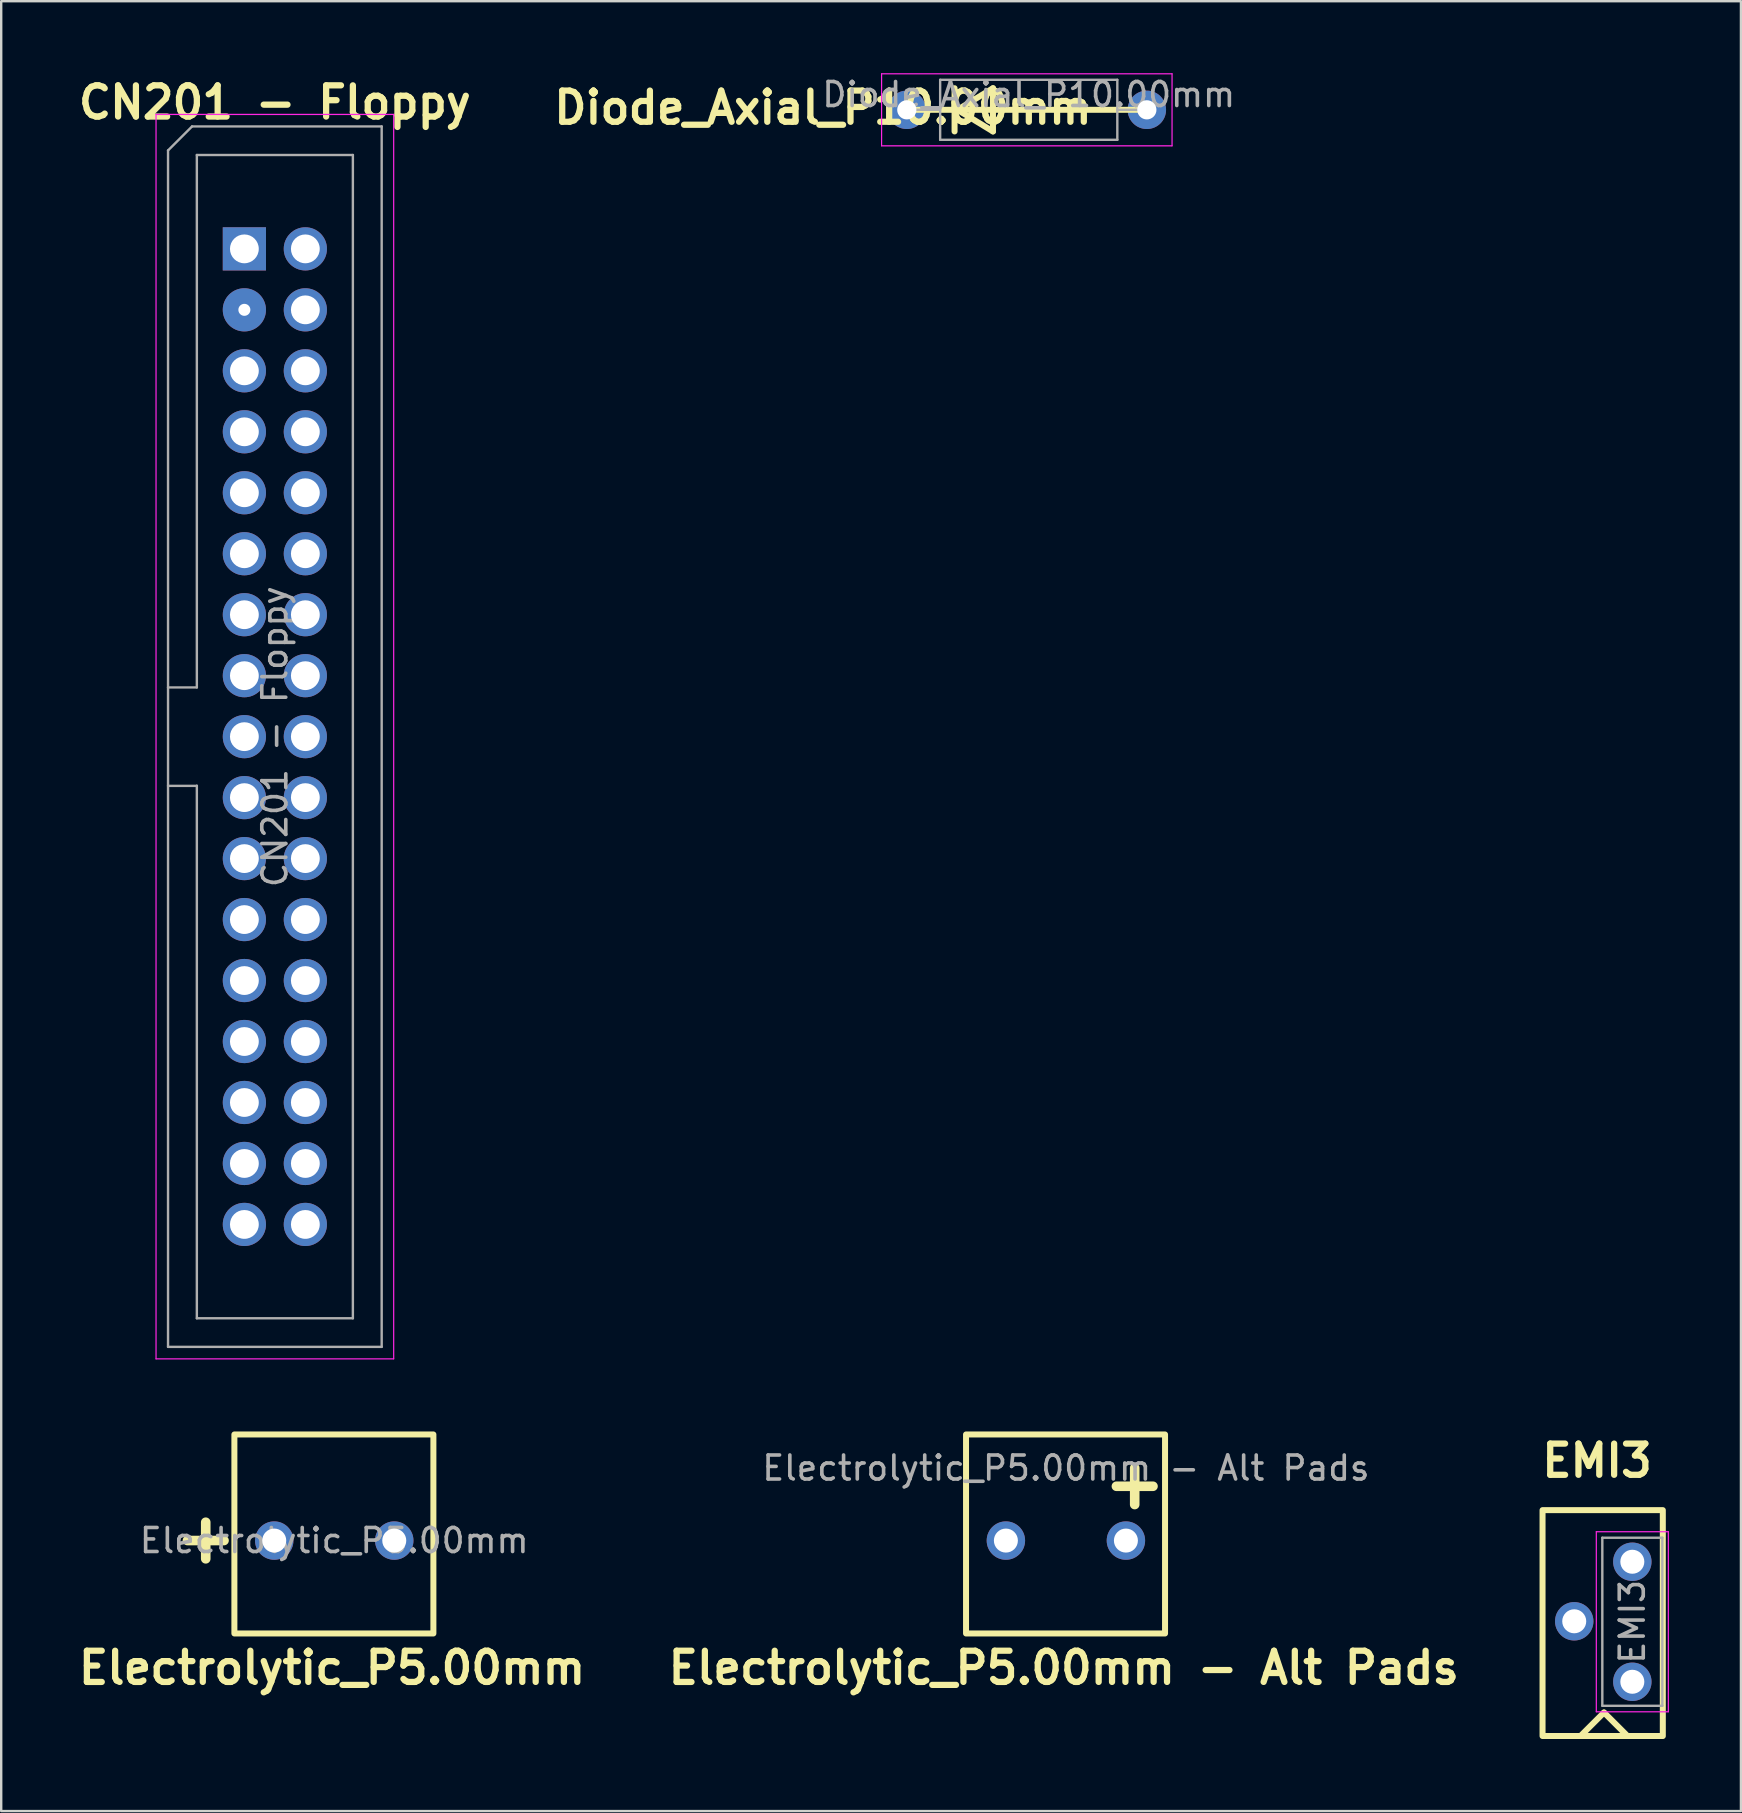
<source format=kicad_pcb>
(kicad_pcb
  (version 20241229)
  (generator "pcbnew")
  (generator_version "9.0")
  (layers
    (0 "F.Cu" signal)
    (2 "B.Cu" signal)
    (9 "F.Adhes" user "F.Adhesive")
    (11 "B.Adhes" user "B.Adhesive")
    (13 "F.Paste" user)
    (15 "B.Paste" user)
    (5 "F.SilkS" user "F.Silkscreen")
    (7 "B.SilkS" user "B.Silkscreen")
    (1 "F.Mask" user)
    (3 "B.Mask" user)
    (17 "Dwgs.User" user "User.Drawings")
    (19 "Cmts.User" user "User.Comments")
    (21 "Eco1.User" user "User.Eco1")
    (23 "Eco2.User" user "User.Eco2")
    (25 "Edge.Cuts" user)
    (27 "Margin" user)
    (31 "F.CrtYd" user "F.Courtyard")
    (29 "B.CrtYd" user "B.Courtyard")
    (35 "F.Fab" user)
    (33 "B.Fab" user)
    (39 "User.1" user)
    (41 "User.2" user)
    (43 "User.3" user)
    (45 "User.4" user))
  (footprint "EMI3"
    (layer "F.Cu")
    (at 62.539 64.489)
    (property "Reference" "EMI3" (at 0.94 -6.69 180) (layer "F.SilkS") (effects (font (size 1.3 1.3) (thickness 0.26) (bold yes))))
    (attr through_hole)
    (fp_line (start 0.27 4.76) (end 1.23 3.8) (stroke (width 0.25) (type default)) (layer "F.SilkS"))
    (fp_line (start 1.23 3.8) (end 2.17 4.74) (stroke (width 0.25) (type default)) (layer "F.SilkS"))
    (fp_rect (start -1.33 -4.63) (end 3.68 4.78) (stroke (width 0.25) (type default)) (fill no) (layer "F.SilkS"))
    (fp_line (start 0.91 -3.73) (end 0.91 3.77) (stroke (width 0.05) (type solid)) (layer "F.CrtYd"))
    (fp_line (start 0.91 3.77) (end 3.91 3.77) (stroke (width 0.05) (type solid)) (layer "F.CrtYd"))
    (fp_line (start 3.91 -3.73) (end 0.91 -3.73) (stroke (width 0.05) (type solid)) (layer "F.CrtYd"))
    (fp_line (start 3.91 3.77) (end 3.91 -3.73) (stroke (width 0.05) (type solid)) (layer "F.CrtYd"))
    (fp_line (start 1.16 -3.48) (end 1.16 3.52) (stroke (width 0.1) (type solid)) (layer "F.Fab"))
    (fp_line (start 1.16 3.52) (end 3.66 3.52) (stroke (width 0.1) (type solid)) (layer "F.Fab"))
    (fp_line (start 3.66 -3.48) (end 1.16 -3.48) (stroke (width 0.1) (type solid)) (layer "F.Fab"))
    (fp_line (start 3.66 3.52) (end 3.66 -3.48) (stroke (width 0.1) (type solid)) (layer "F.Fab"))
    (fp_text user "${REFERENCE}" (at 2.41 0.02 90) (layer "F.Fab") (effects (font (size 1 1) (thickness 0.15))))
    (pad "1" thru_hole circle (at 2.41 2.52 90) (size 1.6 1.6) (drill 1) (layers "*.Cu" "*.Mask"))
    (pad "2" thru_hole circle (at -0.01 0 90) (size 1.6 1.6) (drill 1) (layers "*.Cu" "*.Mask"))
    (pad "3" thru_hole circle (at 2.41 -2.48 90) (size 1.6 1.6) (drill 1) (layers "*.Cu" "*.Mask")))
  (footprint "Diode_Axial_P10.00mm"
    (layer "F.Cu")
    (at 34.725 1.525)
    (property "Reference" "Diode_Axial_P10.00mm" (at -3.49 -0.09 180) (layer "F.SilkS") (effects (font (size 1.3 1.3) (thickness 0.26) (bold yes))))
    (attr through_hole)
    (fp_line (start 0 0) (end 10 0) (stroke (width 0.25) (type default)) (layer "F.SilkS"))
    (fp_line (start 1.99 -0.9) (end 1.99 0.9) (stroke (width 0.25) (type default)) (layer "F.SilkS"))
    (fp_line (start 2.11 0) (end 3.59 -0.9) (stroke (width 0.25) (type default)) (layer "F.SilkS"))
    (fp_line (start 3.59 -0.9) (end 3.59 0.9) (stroke (width 0.25) (type default)) (layer "F.SilkS"))
    (fp_line (start 3.59 0.9) (end 2.11 0) (stroke (width 0.25) (type default)) (layer "F.SilkS"))
    (fp_line (start -1.05 -1.5) (end -1.05 1.5) (stroke (width 0.05) (type solid)) (layer "F.CrtYd"))
    (fp_line (start -1.05 1.5) (end 11.05 1.5) (stroke (width 0.05) (type solid)) (layer "F.CrtYd"))
    (fp_line (start 11.05 -1.5) (end -1.05 -1.5) (stroke (width 0.05) (type solid)) (layer "F.CrtYd"))
    (fp_line (start 11.05 1.5) (end 11.05 -1.5) (stroke (width 0.05) (type solid)) (layer "F.CrtYd"))
    (fp_line (start 0 0) (end 1.39 0) (stroke (width 0.1) (type solid)) (layer "F.Fab"))
    (fp_line (start 1.39 -1.25) (end 1.39 1.25) (stroke (width 0.1) (type solid)) (layer "F.Fab"))
    (fp_line (start 1.39 1.25) (end 8.77 1.25) (stroke (width 0.1) (type solid)) (layer "F.Fab"))
    (fp_line (start 8.77 -1.25) (end 1.39 -1.25) (stroke (width 0.1) (type solid)) (layer "F.Fab"))
    (fp_line (start 8.77 1.25) (end 8.77 -1.25) (stroke (width 0.1) (type solid)) (layer "F.Fab"))
    (fp_line (start 10.16 0) (end 8.77 0) (stroke (width 0.1) (type solid)) (layer "F.Fab"))
    (fp_text user "${REFERENCE}" (at 5.08 -0.635 180) (layer "F.Fab") (effects (font (size 1 1) (thickness 0.15))))
    (pad "1" thru_hole circle (at 0 0) (size 1.6 1.6) (drill 0.8) (layers "*.Cu" "*.Mask"))
    (pad "2" thru_hole oval (at 10 0) (size 1.6 1.6) (drill 0.8) (layers "*.Cu" "*.Mask")))
  (footprint "Electrolytic_P5.00mm"
    (layer "F.Cu")
    (at 8.314 61.027)
    (property "Reference" "Electrolytic_P5.00mm" (at 2.47 5.4 180) (layer "F.SilkS") (effects (font (size 1.3 1.3) (thickness 0.26) (bold yes))))
    (attr through_hole)
    (fp_rect (start -1.6 -4.32) (end 6.69 3.97) (stroke (width 0.25) (type default)) (fill no) (layer "F.SilkS"))
    (fp_text user "+" (at -4.295 1.125 0) (unlocked yes) (layer "F.SilkS") (effects (font (size 2 2) (thickness 0.4) (bold yes)) (justify left bottom)))
    (fp_text user "${REFERENCE}" (at 2.56 0.1 180) (layer "F.Fab") (effects (font (size 1 1) (thickness 0.15))))
    (pad "1" thru_hole circle (at 0.06 0.1) (size 1.6 1.6) (drill 1) (layers "*.Cu" "*.Mask"))
    (pad "2" thru_hole circle (at 5.06 0.1) (size 1.6 1.6) (drill 1) (layers "*.Cu" "*.Mask")))
  (footprint "Electrolytic_P5.00mm - Alt Pads"
    (layer "F.Cu")
    (at 38.793 61.027)
    (property "Reference" "Electrolytic_P5.00mm - Alt Pads" (at 2.47 5.4 180) (layer "F.SilkS") (effects (font (size 1.3 1.3) (thickness 0.26) (bold yes))))
    (attr through_hole)
    (fp_rect (start -1.6 -4.32) (end 6.69 3.97) (stroke (width 0.25) (type default)) (fill no) (layer "F.SilkS"))
    (fp_text user "+" (at 3.925 -1.135 0) (unlocked yes) (layer "F.SilkS") (effects (font (size 2 2) (thickness 0.4) (bold yes)) (justify left bottom)))
    (fp_text user "${REFERENCE}" (at 2.56 -2.921 180) (layer "F.Fab") (effects (font (size 1 1) (thickness 0.15))))
    (pad "1" thru_hole circle (at 5.06 0.1) (size 1.6 1.6) (drill 1) (layers "*.Cu" "*.Mask"))
    (pad "2" thru_hole circle (at 0.06 0.1) (size 1.6 1.6) (drill 1) (layers "*.Cu" "*.Mask")))
  (footprint "CN201 - Floppy"
    (layer "F.Cu")
    (at 7.13 7.317)
    (property "Reference" "CN201 - Floppy" (at 1.27 -6.1 180) (layer "F.SilkS") (effects (font (size 1.3 1.3) (thickness 0.26) (bold yes))))
    (attr through_hole)
    (fp_line (start -3.68 -5.6) (end -3.68 46.24) (stroke (width 0.05) (type solid)) (layer "F.CrtYd"))
    (fp_line (start -3.68 46.24) (end 6.22 46.24) (stroke (width 0.05) (type solid)) (layer "F.CrtYd"))
    (fp_line (start 6.22 -5.6) (end -3.68 -5.6) (stroke (width 0.05) (type solid)) (layer "F.CrtYd"))
    (fp_line (start 6.22 46.24) (end 6.22 -5.6) (stroke (width 0.05) (type solid)) (layer "F.CrtYd"))
    (fp_line (start -3.18 -4.1) (end -2.18 -5.1) (stroke (width 0.1) (type solid)) (layer "F.Fab"))
    (fp_line (start -3.18 18.27) (end -1.98 18.27) (stroke (width 0.1) (type solid)) (layer "F.Fab"))
    (fp_line (start -3.18 45.74) (end -3.18 -4.1) (stroke (width 0.1) (type solid)) (layer "F.Fab"))
    (fp_line (start -2.18 -5.1) (end 5.72 -5.1) (stroke (width 0.1) (type solid)) (layer "F.Fab"))
    (fp_line (start -1.98 -3.91) (end 4.52 -3.91) (stroke (width 0.1) (type solid)) (layer "F.Fab"))
    (fp_line (start -1.98 18.27) (end -1.98 -3.91) (stroke (width 0.1) (type solid)) (layer "F.Fab"))
    (fp_line (start -1.98 22.37) (end -3.18 22.37) (stroke (width 0.1) (type solid)) (layer "F.Fab"))
    (fp_line (start -1.98 22.37) (end -1.98 22.37) (stroke (width 0.1) (type solid)) (layer "F.Fab"))
    (fp_line (start -1.98 44.55) (end -1.98 22.37) (stroke (width 0.1) (type solid)) (layer "F.Fab"))
    (fp_line (start 4.52 -3.91) (end 4.52 44.55) (stroke (width 0.1) (type solid)) (layer "F.Fab"))
    (fp_line (start 4.52 44.55) (end -1.98 44.55) (stroke (width 0.1) (type solid)) (layer "F.Fab"))
    (fp_line (start 5.72 -5.1) (end 5.72 45.74) (stroke (width 0.1) (type solid)) (layer "F.Fab"))
    (fp_line (start 5.72 45.74) (end -3.18 45.74) (stroke (width 0.1) (type solid)) (layer "F.Fab"))
    (fp_text user "${REFERENCE}" (at 1.27 20.32 90) (layer "F.Fab") (effects (font (size 1 1) (thickness 0.15))))
    (pad "1" thru_hole rect (at 0 0) (size 1.8 1.8) (drill 1.2) (layers "*.Cu" "*.Mask"))
    (pad "2" thru_hole circle (at 2.54 0) (size 1.8 1.8) (drill 1.2) (layers "*.Cu" "*.Mask"))
    (pad "3" thru_hole circle (at 0 2.54) (size 1.8 1.8) (drill 0.5) (layers "*.Cu"))
    (pad "4" thru_hole circle (at 2.54 2.54) (size 1.8 1.8) (drill 1.2) (layers "*.Cu" "*.Mask"))
    (pad "5" thru_hole circle (at 0 5.08) (size 1.8 1.8) (drill 1.2) (layers "*.Cu" "*.Mask"))
    (pad "6" thru_hole circle (at 2.54 5.08) (size 1.8 1.8) (drill 1.2) (layers "*.Cu" "*.Mask"))
    (pad "7" thru_hole circle (at 0 7.62) (size 1.8 1.8) (drill 1.2) (layers "*.Cu" "*.Mask"))
    (pad "8" thru_hole circle (at 2.54 7.62) (size 1.8 1.8) (drill 1.2) (layers "*.Cu" "*.Mask"))
    (pad "9" thru_hole circle (at 0 10.16) (size 1.8 1.8) (drill 1.2) (layers "*.Cu" "*.Mask"))
    (pad "10" thru_hole circle (at 2.54 10.16) (size 1.8 1.8) (drill 1.2) (layers "*.Cu" "*.Mask"))
    (pad "11" thru_hole circle (at 0 12.7) (size 1.8 1.8) (drill 1.2) (layers "*.Cu" "*.Mask"))
    (pad "12" thru_hole circle (at 2.54 12.7) (size 1.8 1.8) (drill 1.2) (layers "*.Cu" "*.Mask"))
    (pad "13" thru_hole circle (at 0 15.24) (size 1.8 1.8) (drill 1.2) (layers "*.Cu" "*.Mask"))
    (pad "14" thru_hole circle (at 2.54 15.24) (size 1.8 1.8) (drill 1.2) (layers "*.Cu" "*.Mask"))
    (pad "15" thru_hole circle (at 0 17.78) (size 1.8 1.8) (drill 1.2) (layers "*.Cu" "*.Mask"))
    (pad "16" thru_hole circle (at 2.54 17.78) (size 1.8 1.8) (drill 1.2) (layers "*.Cu" "*.Mask"))
    (pad "17" thru_hole circle (at 0 20.32) (size 1.8 1.8) (drill 1.2) (layers "*.Cu" "*.Mask"))
    (pad "18" thru_hole circle (at 2.54 20.32) (size 1.8 1.8) (drill 1.2) (layers "*.Cu" "*.Mask"))
    (pad "19" thru_hole circle (at 0 22.86) (size 1.8 1.8) (drill 1.2) (layers "*.Cu" "*.Mask"))
    (pad "20" thru_hole circle (at 2.54 22.86) (size 1.8 1.8) (drill 1.2) (layers "*.Cu" "*.Mask"))
    (pad "21" thru_hole circle (at 0 25.4) (size 1.8 1.8) (drill 1.2) (layers "*.Cu" "*.Mask"))
    (pad "22" thru_hole circle (at 2.54 25.4) (size 1.8 1.8) (drill 1.2) (layers "*.Cu" "*.Mask"))
    (pad "23" thru_hole circle (at 0 27.94) (size 1.8 1.8) (drill 1.2) (layers "*.Cu" "*.Mask"))
    (pad "24" thru_hole circle (at 2.54 27.94) (size 1.8 1.8) (drill 1.2) (layers "*.Cu" "*.Mask"))
    (pad "25" thru_hole circle (at 0 30.48) (size 1.8 1.8) (drill 1.2) (layers "*.Cu" "*.Mask"))
    (pad "26" thru_hole circle (at 2.54 30.48) (size 1.8 1.8) (drill 1.2) (layers "*.Cu" "*.Mask"))
    (pad "27" thru_hole circle (at 0 33.02) (size 1.8 1.8) (drill 1.2) (layers "*.Cu" "*.Mask"))
    (pad "28" thru_hole circle (at 2.54 33.02) (size 1.8 1.8) (drill 1.2) (layers "*.Cu" "*.Mask"))
    (pad "29" thru_hole circle (at 0 35.56) (size 1.8 1.8) (drill 1.2) (layers "*.Cu" "*.Mask"))
    (pad "30" thru_hole circle (at 2.54 35.56) (size 1.8 1.8) (drill 1.2) (layers "*.Cu" "*.Mask"))
    (pad "31" thru_hole circle (at 0 38.1) (size 1.8 1.8) (drill 1.2) (layers "*.Cu" "*.Mask"))
    (pad "32" thru_hole circle (at 2.54 38.1) (size 1.8 1.8) (drill 1.2) (layers "*.Cu" "*.Mask"))
    (pad "33" thru_hole circle (at 0 40.64) (size 1.8 1.8) (drill 1.2) (layers "*.Cu" "*.Mask"))
    (pad "34" thru_hole circle (at 2.54 40.64) (size 1.8 1.8) (drill 1.2) (layers "*.Cu" "*.Mask")))
  (gr_rect
    (start -3 -3)
    (end 69.474 72.394)
    (stroke (width 0.1) (type default))
    (fill no)
    (layer "Edge.Cuts")))
</source>
